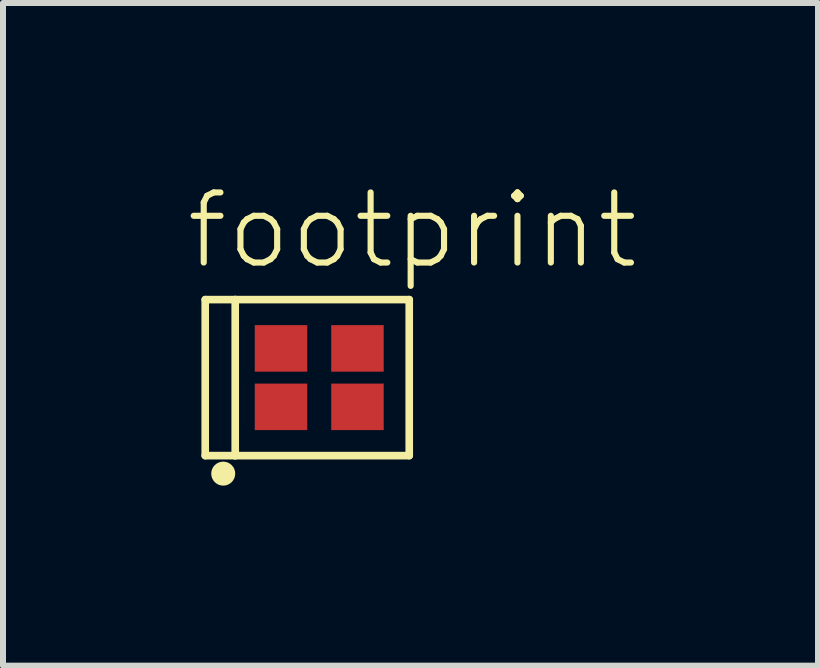
<source format=kicad_pcb>
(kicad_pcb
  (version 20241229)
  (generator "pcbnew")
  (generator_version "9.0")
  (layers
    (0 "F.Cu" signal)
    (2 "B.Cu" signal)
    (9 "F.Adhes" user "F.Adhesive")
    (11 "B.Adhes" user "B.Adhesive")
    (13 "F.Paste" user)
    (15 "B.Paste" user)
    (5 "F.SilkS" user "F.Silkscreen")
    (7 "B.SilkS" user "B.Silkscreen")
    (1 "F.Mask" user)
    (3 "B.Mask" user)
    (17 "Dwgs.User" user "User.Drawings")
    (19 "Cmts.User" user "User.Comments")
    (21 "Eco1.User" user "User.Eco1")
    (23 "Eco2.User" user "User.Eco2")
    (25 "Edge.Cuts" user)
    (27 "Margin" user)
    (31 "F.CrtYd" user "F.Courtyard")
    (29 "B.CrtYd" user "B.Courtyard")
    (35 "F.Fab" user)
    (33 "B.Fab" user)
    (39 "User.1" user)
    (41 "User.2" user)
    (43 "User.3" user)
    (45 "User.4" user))
  (footprint "footprint"
    (layer "F.Cu")
    (at 2.27 3.243)
    (property "Reference" "footprint" (at -2.27 -1.77 0) (layer "F.SilkS") (effects (font (size 1.168 1.168) (thickness 0.102)) (justify left bottom)))
    (fp_line (start -1.9 -1.3) (end -1.9 1.3) (stroke (width 0.127) (type solid)) (layer "F.SilkS"))
    (fp_line (start -1.9 1.3) (end -1.4 1.3) (stroke (width 0.127) (type solid)) (layer "F.SilkS"))
    (fp_line (start -1.4 -1.3) (end -1.9 -1.3) (stroke (width 0.127) (type solid)) (layer "F.SilkS"))
    (fp_line (start -1.4 -1.3) (end 1.5 -1.3) (stroke (width 0.127) (type solid)) (layer "F.SilkS"))
    (fp_line (start -1.4 1.3) (end -1.4 -1.3) (stroke (width 0.127) (type solid)) (layer "F.SilkS"))
    (fp_line (start 1.5 -1.3) (end 1.5 1.3) (stroke (width 0.127) (type solid)) (layer "F.SilkS"))
    (fp_line (start 1.5 1.3) (end -1.4 1.3) (stroke (width 0.127) (type solid)) (layer "F.SilkS"))
    (fp_circle (center -1.6 1.6) (end -1.5 1.6) (stroke (width 0.2) (type solid)) (fill yes) (layer "F.SilkS"))
    (pad "1" smd rect (at -0.637 0.487) (size 0.875 0.775) (layers "F.Cu" "F.Mask" "F.Paste"))
    (pad "2" smd rect (at 0.637 0.487) (size 0.875 0.775) (layers "F.Cu" "F.Mask" "F.Paste"))
    (pad "3" smd rect (at 0.637 -0.487 180) (size 0.875 0.775) (layers "F.Cu" "F.Mask" "F.Paste"))
    (pad "4" smd rect (at -0.637 -0.487 180) (size 0.875 0.775) (layers "F.Cu" "F.Mask" "F.Paste")))
  (gr_rect
    (start -3 -3)
    (end 10.582 8.043)
    (stroke (width 0.1) (type default))
    (fill no)
    (layer "Edge.Cuts")))
</source>
